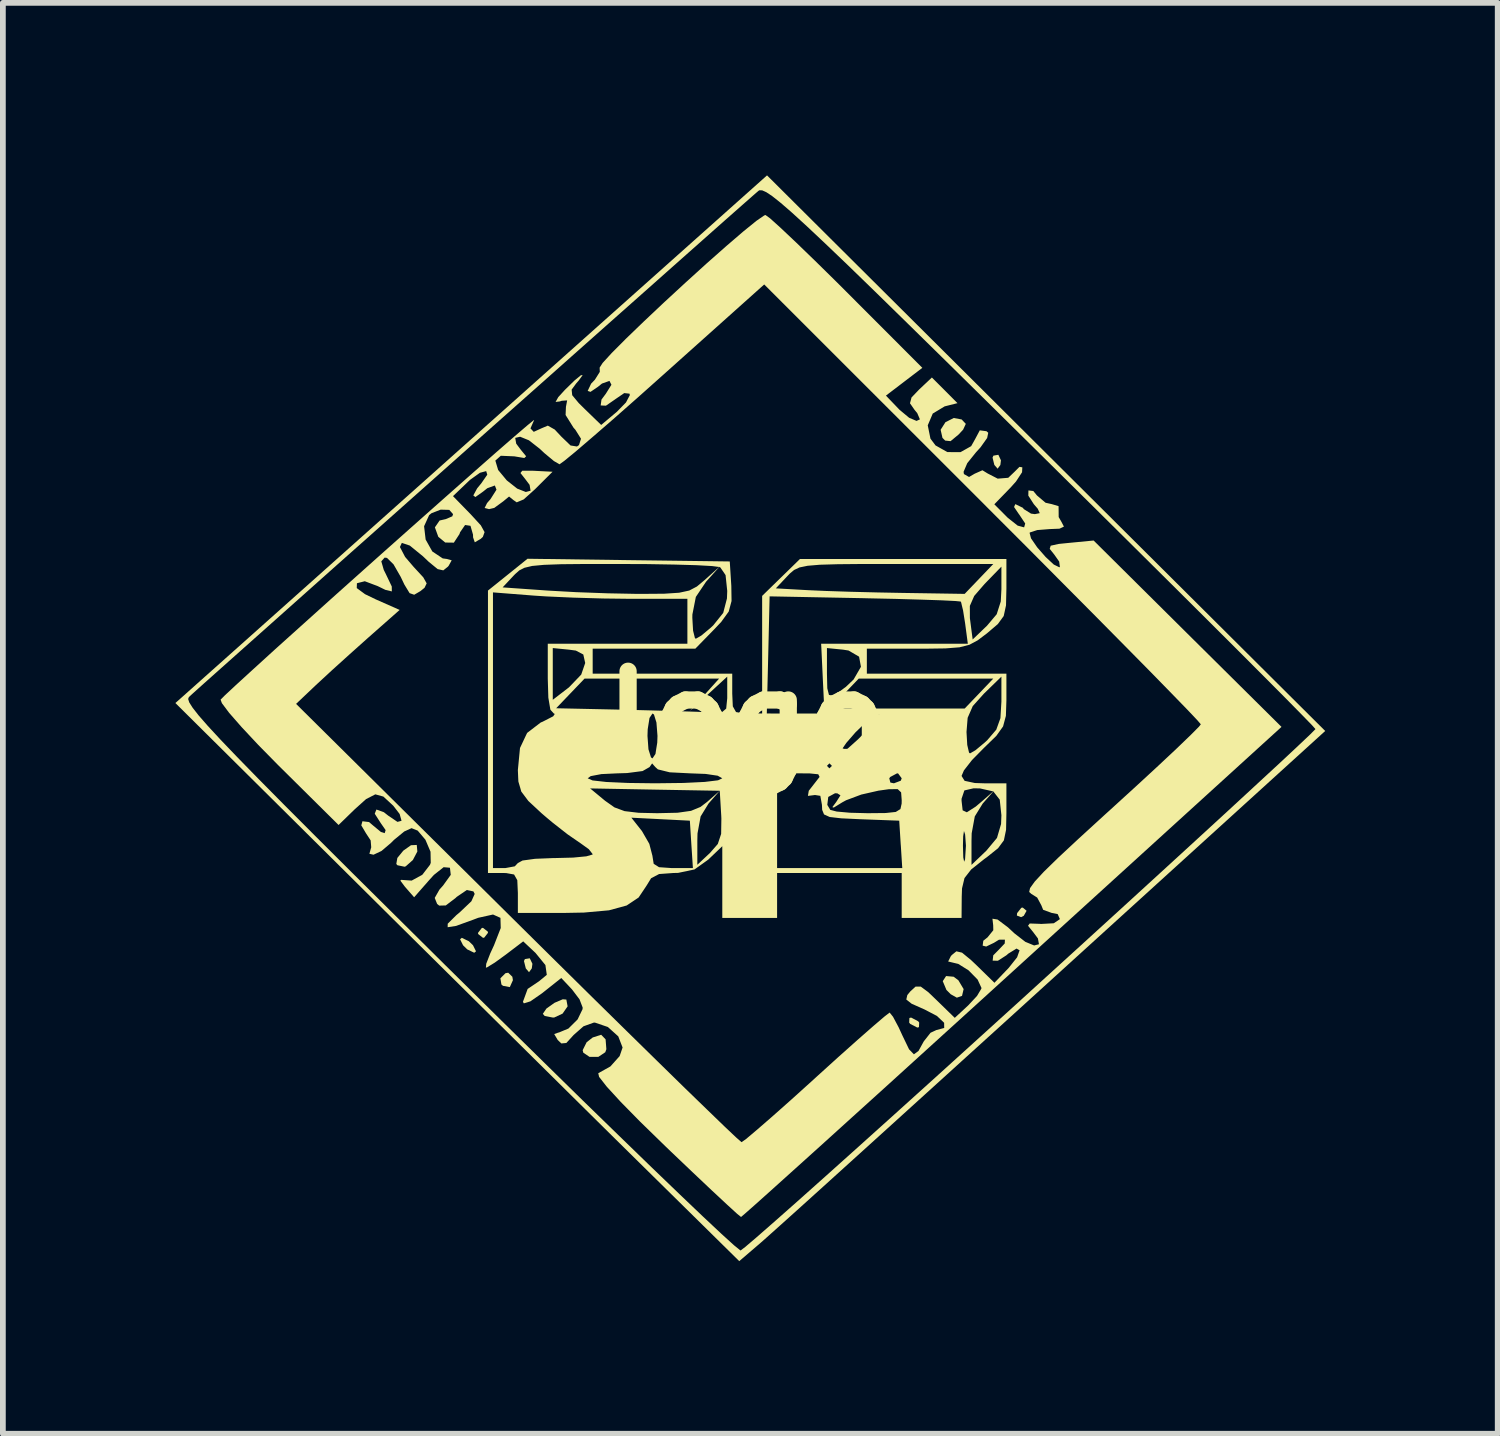
<source format=kicad_pcb>
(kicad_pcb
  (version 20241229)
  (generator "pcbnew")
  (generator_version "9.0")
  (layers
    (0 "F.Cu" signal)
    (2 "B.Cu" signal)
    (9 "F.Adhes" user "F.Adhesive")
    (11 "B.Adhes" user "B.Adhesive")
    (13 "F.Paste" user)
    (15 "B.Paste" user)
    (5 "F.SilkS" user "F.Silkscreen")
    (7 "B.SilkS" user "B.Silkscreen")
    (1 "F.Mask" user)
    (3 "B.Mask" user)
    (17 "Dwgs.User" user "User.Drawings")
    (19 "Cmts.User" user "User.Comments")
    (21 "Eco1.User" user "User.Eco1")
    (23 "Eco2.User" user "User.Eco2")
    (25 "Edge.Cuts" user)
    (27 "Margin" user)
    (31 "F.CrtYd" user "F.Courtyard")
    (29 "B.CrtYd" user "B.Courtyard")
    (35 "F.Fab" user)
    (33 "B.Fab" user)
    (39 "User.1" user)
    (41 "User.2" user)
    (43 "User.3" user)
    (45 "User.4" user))
  (footprint "logo"
    (layer "F.Cu")
    (at 9.944 9.445)
    (property "Reference" "logo" (at 0 0 0) (layer "F.SilkS") (effects (font (size 1.5 1.5) (thickness 0.3))))
    (attr board_only exclude_from_pos_files exclude_from_bom)
    (fp_poly (pts (xy -3.735 4.266) (xy -3.746 4.346) (xy -3.794 4.412) (xy -3.85 4.346) (xy -3.882 4.218) (xy -3.866 4.184) (xy -3.781 4.17)) (stroke (width 0) (type solid)) (fill yes) (layer "F.SilkS"))
    (fp_poly (pts (xy 4.413 -4.49) (xy 4.403 -4.409) (xy 4.355 -4.344) (xy 4.298 -4.41) (xy 4.267 -4.537) (xy 4.282 -4.571) (xy 4.368 -4.586)) (stroke (width 0) (type solid)) (fill yes) (layer "F.SilkS"))
    (fp_poly (pts (xy 4.859 3.344) (xy 4.81 3.431) (xy 4.764 3.455) (xy 4.69 3.427) (xy 4.694 3.385) (xy 4.767 3.292) (xy 4.792 3.288)) (stroke (width 0) (type solid)) (fill yes) (layer "F.SilkS"))
    (fp_poly (pts (xy -4.84 3.874) (xy -4.768 3.944) (xy -4.716 4.049) (xy -4.747 4.074) (xy -4.869 4.015) (xy -4.941 3.944) (xy -4.993 3.84) (xy -4.963 3.814)) (stroke (width 0) (type solid)) (fill yes) (layer "F.SilkS"))
    (fp_poly (pts (xy -4.51 3.707) (xy -4.508 3.728) (xy -4.574 3.812) (xy -4.595 3.814) (xy -4.679 3.748) (xy -4.681 3.728) (xy -4.615 3.643) (xy -4.595 3.641)) (stroke (width 0) (type solid)) (fill yes) (layer "F.SilkS"))
    (fp_poly (pts (xy -4.084 4.491) (xy -4.074 4.551) (xy -4.128 4.671) (xy -4.247 4.649) (xy -4.274 4.626) (xy -4.292 4.518) (xy -4.204 4.43) (xy -4.156 4.421)) (stroke (width 0) (type solid)) (fill yes) (layer "F.SilkS"))
    (fp_poly (pts (xy 2.973 5.265) (xy 2.991 5.288) (xy 2.987 5.368) (xy 2.958 5.375) (xy 2.835 5.311) (xy 2.817 5.288) (xy 2.821 5.208) (xy 2.851 5.201)) (stroke (width 0) (type solid)) (fill yes) (layer "F.SilkS"))
    (fp_poly (pts (xy 3.591 4.491) (xy 3.673 4.553) (xy 3.764 4.706) (xy 3.736 4.824) (xy 3.646 4.855) (xy 3.539 4.795) (xy 3.465 4.721) (xy 3.401 4.568) (xy 3.459 4.479)) (stroke (width 0) (type solid)) (fill yes) (layer "F.SilkS"))
    (fp_poly (pts (xy -3.145 4.888) (xy -3.123 5.006) (xy -3.21 5.132) (xy -3.356 5.2) (xy -3.378 5.201) (xy -3.521 5.174) (xy -3.554 5.136) (xy -3.491 5.044) (xy -3.35 4.944) (xy -3.207 4.883)) (stroke (width 0) (type solid)) (fill yes) (layer "F.SilkS"))
    (fp_poly (pts (xy 3.73 -5.2) (xy 3.802 -5.124) (xy 3.755 -5.023) (xy 3.677 -4.939) (xy 3.537 -4.823) (xy 3.443 -4.833) (xy 3.396 -4.88) (xy 3.364 -5.021) (xy 3.448 -5.153) (xy 3.593 -5.226)) (stroke (width 0) (type solid)) (fill yes) (layer "F.SilkS"))
    (fp_poly (pts (xy -5.746 2.201) (xy -5.736 2.313) (xy -5.814 2.461) (xy -5.937 2.57) (xy -5.958 2.578) (xy -6.083 2.552) (xy -6.102 2.53) (xy -6.084 2.425) (xy -5.98 2.298) (xy -5.847 2.204) (xy -5.747 2.199)) (stroke (width 0) (type solid)) (fill yes) (layer "F.SilkS"))
    (fp_poly (pts (xy -2.463 5.579) (xy -2.462 5.584) (xy -2.449 5.751) (xy -2.468 5.804) (xy -2.588 5.884) (xy -2.743 5.884) (xy -2.85 5.812) (xy -2.861 5.768) (xy -2.792 5.63) (xy -2.686 5.547) (xy -2.539 5.5)) (stroke (width 0) (type solid)) (fill yes) (layer "F.SilkS"))
    (fp_poly (pts (xy 5.198 -4.614) (xy 10.052 0.217) (xy 5.329 4.508) (xy 4.552 5.214) (xy 3.804 5.892) (xy 3.097 6.533) (xy 2.443 7.126) (xy 1.851 7.662) (xy 1.334 8.13) (xy 0.902 8.52) (xy 0.566 8.822) (xy 0.337 9.027) (xy 0.234 9.118) (xy -0.138 9.437) (xy -1.868 7.732) (xy -2.291 7.315) (xy -2.815 6.797) (xy -3.419 6.199) (xy -4.082 5.543) (xy -4.782 4.85) (xy -5.497 4.142) (xy -6.207 3.439) (xy -6.771 2.879) (xy -9.944 -0.269) (xy -9.865 -0.339) (xy -9.722 -0.339) (xy -9.703 -0.28) (xy -9.644 -0.187) (xy -9.54 -0.054) (xy -9.381 0.128) (xy -9.16 0.367) (xy -8.87 0.67) (xy -8.503 1.046) (xy -8.052 1.502) (xy -7.509 2.046) (xy -6.867 2.686) (xy -6.118 3.429) (xy -5.255 4.285) (xy -5.028 4.509) (xy -4.268 5.259) (xy -3.542 5.973) (xy -2.861 6.641) (xy -2.232 7.253) (xy -1.667 7.801) (xy -1.175 8.274) (xy -0.765 8.665) (xy -0.446 8.964) (xy -0.229 9.161) (xy -0.122 9.248) (xy -0.114 9.251) (xy -0.035 9.191) (xy 0.162 9.023) (xy 0.467 8.756) (xy 0.87 8.4) (xy 1.361 7.962) (xy 1.93 7.452) (xy 2.567 6.879) (xy 3.262 6.252) (xy 4.004 5.58) (xy 4.785 4.872) (xy 4.935 4.735) (xy 5.72 4.021) (xy 6.466 3.341) (xy 7.164 2.703) (xy 7.804 2.117) (xy 8.377 1.591) (xy 8.871 1.135) (xy 9.279 0.758) (xy 9.589 0.468) (xy 9.793 0.275) (xy 9.879 0.188) (xy 9.882 0.184) (xy 9.822 0.116) (xy 9.647 -0.064) (xy 9.368 -0.348) (xy 8.994 -0.724) (xy 8.534 -1.185) (xy 7.997 -1.721) (xy 7.394 -2.321) (xy 6.732 -2.978) (xy 6.023 -3.681) (xy 5.274 -4.422) (xy 5.112 -4.582) (xy 4.226 -5.457) (xy 3.455 -6.217) (xy 2.79 -6.87) (xy 2.224 -7.424) (xy 1.748 -7.886) (xy 1.354 -8.263) (xy 1.034 -8.564) (xy 0.78 -8.796) (xy 0.584 -8.966) (xy 0.437 -9.083) (xy 0.332 -9.153) (xy 0.26 -9.185) (xy 0.213 -9.186) (xy 0.196 -9.176) (xy 0.113 -9.104) (xy -0.087 -8.928) (xy -0.392 -8.659) (xy -0.789 -8.307) (xy -1.266 -7.884) (xy -1.811 -7.4) (xy -2.412 -6.867) (xy -3.055 -6.296) (xy -3.729 -5.697) (xy -4.422 -5.082) (xy -5.12 -4.461) (xy -5.812 -3.846) (xy -6.485 -3.247) (xy -7.128 -2.676) (xy -7.726 -2.143) (xy -8.269 -1.659) (xy -8.744 -1.236) (xy -9.138 -0.885) (xy -9.44 -0.616) (xy -9.636 -0.44) (xy -9.709 -0.373) (xy -9.722 -0.339) (xy -9.865 -0.339) (xy -4.8 -4.857) (xy 0.345 -9.445)) (stroke (width 0) (type solid)) (fill yes) (layer "F.SilkS"))
    (fp_poly (pts (xy -2.062 -2.754) (xy -0.303 -2.731) (xy -0.276 -2.306) (xy -0.272 -2.043) (xy -0.321 -1.86) (xy -0.452 -1.679) (xy -0.576 -1.548) (xy -0.902 -1.214) (xy -1.795 -1.214) (xy -2.687 -1.214) (xy -2.687 -0.997) (xy -2.687 -0.78) (xy -1.474 -0.78) (xy -0.26 -0.78) (xy -0.26 -0.433) (xy -0.25 -0.211) (xy -0.194 -0.112) (xy -0.056 -0.087) (xy 0 -0.087) (xy 0.26 -0.087) (xy 0.341 -0.087) (xy 0.842 -0.086) (xy 1.344 -0.086) (xy 1.34 -0.173) (xy 1.441 -0.173) (xy 2.612 -0.173) (xy 3.782 -0.173) (xy 4.031 -0.433) (xy 4.28 -0.694) (xy 3.11 -0.694) (xy 1.94 -0.694) (xy 1.69 -0.433) (xy 1.441 -0.173) (xy 1.34 -0.173) (xy 1.315 -0.693) (xy 1.29 -1.225) (xy 1.387 -1.225) (xy 1.387 -0.783) (xy 1.393 -0.526) (xy 1.422 -0.41) (xy 1.487 -0.398) (xy 1.54 -0.422) (xy 1.716 -0.55) (xy 1.851 -0.679) (xy 1.978 -0.899) (xy 1.946 -1.075) (xy 1.763 -1.182) (xy 1.668 -1.197) (xy 1.387 -1.225) (xy 1.29 -1.225) (xy 1.286 -1.3) (xy 2.562 -1.3) (xy 3.837 -1.3) (xy 3.79 -1.654) (xy 3.754 -1.881) (xy 3.735 -1.958) (xy 3.872 -1.958) (xy 3.873 -1.745) (xy 3.878 -1.706) (xy 3.921 -1.374) (xy 4.171 -1.614) (xy 4.339 -1.813) (xy 4.41 -2.035) (xy 4.421 -2.247) (xy 4.421 -2.641) (xy 4.128 -2.339) (xy 3.948 -2.131) (xy 3.872 -1.958) (xy 3.735 -1.958) (xy 3.721 -2.018) (xy 3.713 -2.034) (xy 3.622 -2.043) (xy 3.384 -2.055) (xy 3.027 -2.067) (xy 2.579 -2.08) (xy 2.067 -2.091) (xy 2.037 -2.092) (xy 0.39 -2.124) (xy 0.366 -1.105) (xy 0.341 -0.087) (xy 0.26 -0.087) (xy 0.26 -1.109) (xy 0.26 -2.132) (xy 0.394 -2.263) (xy 0.498 -2.263) (xy 1.051 -2.232) (xy 1.363 -2.218) (xy 1.789 -2.204) (xy 2.271 -2.192) (xy 2.693 -2.184) (xy 3.782 -2.167) (xy 4.031 -2.427) (xy 4.28 -2.687) (xy 2.589 -2.687) (xy 2.008 -2.687) (xy 1.575 -2.683) (xy 1.264 -2.674) (xy 1.051 -2.656) (xy 0.91 -2.627) (xy 0.816 -2.583) (xy 0.743 -2.522) (xy 0.698 -2.475) (xy 0.498 -2.263) (xy 0.394 -2.263) (xy 0.589 -2.453) (xy 0.918 -2.774) (xy 2.713 -2.774) (xy 4.508 -2.774) (xy 4.508 -2.261) (xy 4.501 -1.967) (xy 4.461 -1.782) (xy 4.359 -1.642) (xy 4.17 -1.481) (xy 4.008 -1.359) (xy 3.864 -1.282) (xy 3.692 -1.238) (xy 3.449 -1.219) (xy 3.09 -1.214) (xy 2.957 -1.214) (xy 2.081 -1.214) (xy 2.081 -0.997) (xy 2.081 -0.78) (xy 3.294 -0.78) (xy 4.508 -0.78) (xy 4.508 -0.314) (xy 4.499 -0.046) (xy 4.45 0.138) (xy 4.332 0.303) (xy 4.118 0.511) (xy 3.91 0.722) (xy 3.769 0.903) (xy 3.728 0.999) (xy 3.781 1.084) (xy 3.959 1.122) (xy 4.118 1.127) (xy 4.508 1.127) (xy 4.508 1.644) (xy 4.502 1.936) (xy 4.464 2.119) (xy 4.363 2.256) (xy 4.168 2.412) (xy 4.121 2.446) (xy 3.895 2.626) (xy 3.779 2.775) (xy 3.736 2.955) (xy 3.731 3.099) (xy 3.728 3.468) (xy 3.208 3.468) (xy 2.687 3.468) (xy 2.687 3.077) (xy 2.687 2.687) (xy 1.604 2.687) (xy 0.52 2.687) (xy 0.52 3.077) (xy 0.52 3.468) (xy 0.043 3.468) (xy -0.433 3.468) (xy -0.433 2.845) (xy -0.433 2.221) (xy -0.677 2.454) (xy -0.916 2.625) (xy -1.201 2.685) (xy -1.285 2.687) (xy -1.532 2.705) (xy -1.671 2.778) (xy -1.753 2.911) (xy -1.888 3.113) (xy -2.096 3.252) (xy -2.404 3.336) (xy -2.84 3.375) (xy -3.16 3.381) (xy -3.988 3.381) (xy -3.988 3.034) (xy -3.998 2.812) (xy -4.054 2.713) (xy -4.192 2.688) (xy -4.248 2.687) (xy -4.508 2.687) (xy -4.508 0.231) (xy -4.508 -2.193) (xy -4.421 -2.193) (xy -4.421 0.204) (xy -4.421 2.601) (xy -4.204 2.601) (xy -4.042 2.571) (xy -3.988 2.514) (xy -3.907 2.47) (xy -3.689 2.44) (xy -3.368 2.427) (xy -3.338 2.427) (xy -3.027 2.419) (xy -2.797 2.397) (xy -2.69 2.366) (xy -2.687 2.359) (xy -2.754 2.273) (xy -2.917 2.156) (xy -2.927 2.15) (xy -3.124 2.014) (xy -3.382 1.812) (xy -3.486 1.725) (xy -2.014 1.725) (xy -1.83 1.958) (xy -1.702 2.18) (xy -1.647 2.392) (xy -1.647 2.396) (xy -1.626 2.527) (xy -1.533 2.586) (xy -1.318 2.601) (xy -1.296 2.601) (xy -0.944 2.601) (xy -0.971 2.189) (xy -0.997 1.777) (xy -1.505 1.751) (xy -2.014 1.725) (xy -3.486 1.725) (xy -3.577 1.647) (xy -3.806 1.434) (xy -3.929 1.27) (xy -3.944 1.216) (xy -2.731 1.216) (xy -2.471 1.431) (xy -2.308 1.546) (xy -2.132 1.611) (xy -1.887 1.64) (xy -1.566 1.647) (xy -1.211 1.639) (xy -0.977 1.606) (xy -0.812 1.538) (xy -0.699 1.452) (xy -0.477 1.257) (xy -0.672 1.479) (xy -0.81 1.704) (xy -0.864 1.999) (xy -0.867 2.123) (xy -0.867 2.544) (xy -0.646 2.337) (xy -0.511 2.182) (xy -0.453 2.007) (xy -0.449 1.742) (xy -0.451 1.693) (xy -0.477 1.257) (xy -1.604 1.237) (xy -2.731 1.216) (xy -3.944 1.216) (xy -3.979 1.097) (xy -3.982 1.04) (xy -2.774 1.04) (xy -2.69 1.077) (xy -2.45 1.104) (xy -2.071 1.121) (xy -1.604 1.127) (xy -1.109 1.121) (xy -0.738 1.103) (xy -0.507 1.075) (xy -0.433 1.04) (xy -0.513 0.995) (xy -0.723 0.964) (xy -0.99 0.954) (xy 0.52 0.954) (xy 0.52 1.777) (xy 0.52 2.601) (xy 1.609 2.601) (xy 2.697 2.601) (xy 2.693 2.546) (xy 3.901 2.546) (xy 4.161 2.297) (xy 4.344 2.077) (xy 4.415 1.835) (xy 4.421 1.683) (xy 4.392 1.412) (xy 4.281 1.269) (xy 4.096 1.479) (xy 3.958 1.703) (xy 3.904 1.997) (xy 3.901 2.124) (xy 3.901 2.546) (xy 2.693 2.546) (xy 2.672 2.211) (xy 3.752 2.211) (xy 3.758 2.416) (xy 3.773 2.491) (xy 3.789 2.45) (xy 3.804 2.212) (xy 3.79 2.017) (xy 3.77 1.957) (xy 3.756 2.05) (xy 3.752 2.211) (xy 2.672 2.211) (xy 2.67 2.189) (xy 2.644 1.777) (xy 1.972 1.752) (xy 1.635 1.736) (xy 1.435 1.713) (xy 1.336 1.668) (xy 1.304 1.589) (xy 1.3 1.504) (xy 1.3 1.502) (xy 1.393 1.502) (xy 1.445 1.589) (xy 1.555 1.618) (xy 1.788 1.639) (xy 2.094 1.647) (xy 2.095 1.647) (xy 2.407 1.644) (xy 2.584 1.625) (xy 2.665 1.575) (xy 2.686 1.48) (xy 2.687 1.43) (xy 3.728 1.43) (xy 3.747 1.597) (xy 3.82 1.631) (xy 3.973 1.533) (xy 4.069 1.452) (xy 4.279 1.268) (xy 4.28 1.268) (xy 4.281 1.269) (xy 4.291 1.257) (xy 4.279 1.268) (xy 4.049 1.216) (xy 3.937 1.214) (xy 3.777 1.251) (xy 3.728 1.396) (xy 3.728 1.43) (xy 2.687 1.43) (xy 2.687 1.421) (xy 2.677 1.285) (xy 2.617 1.228) (xy 2.462 1.23) (xy 2.283 1.255) (xy 1.984 1.323) (xy 1.72 1.422) (xy 1.654 1.458) (xy 1.506 1.549) (xy 1.481 1.542) (xy 1.549 1.451) (xy 1.622 1.336) (xy 1.568 1.302) (xy 1.528 1.3) (xy 1.41 1.364) (xy 1.393 1.502) (xy 1.3 1.502) (xy 1.272 1.345) (xy 1.176 1.33) (xy 1.17 1.332) (xy 1.056 1.346) (xy 1.071 1.257) (xy 1.184 1.112) (xy 1.24 1.04) (xy 2.471 1.04) (xy 2.49 1.114) (xy 2.552 1.127) (xy 2.671 1.082) (xy 2.687 1.04) (xy 2.625 0.956) (xy 2.606 0.954) (xy 2.488 1.017) (xy 2.471 1.04) (xy 1.24 1.04) (xy 1.259 1.016) (xy 1.236 0.97) (xy 1.086 0.955) (xy 0.924 0.954) (xy 0.52 0.954) (xy -0.99 0.954) (xy -1.347 0.936) (xy -1.553 0.885) (xy -1.597 0.845) (xy -1.616 0.824) (xy 1.387 0.824) (xy 1.43 0.867) (xy 1.474 0.824) (xy 1.43 0.78) (xy 1.387 0.824) (xy -1.616 0.824) (xy -1.653 0.781) (xy -1.698 0.845) (xy -1.819 0.914) (xy -2.089 0.949) (xy -2.261 0.954) (xy -2.535 0.967) (xy -2.721 1.002) (xy -2.774 1.04) (xy -3.982 1.04) (xy -3.988 0.897) (xy -3.951 0.513) (xy -3.852 0.303) (xy -1.734 0.303) (xy -1.717 0.536) (xy -1.673 0.676) (xy -1.647 0.694) (xy -1.595 0.616) (xy -1.587 0.563) (xy 1.629 0.563) (xy 1.638 0.598) (xy 1.745 0.526) (xy 1.929 0.361) (xy 1.938 0.352) (xy 2.054 0.234) (xy 3.814 0.234) (xy 3.827 0.46) (xy 3.858 0.593) (xy 3.875 0.607) (xy 3.97 0.552) (xy 4.132 0.417) (xy 4.178 0.374) (xy 4.332 0.194) (xy 4.404 -0.006) (xy 4.421 -0.293) (xy 4.421 -0.728) (xy 4.118 -0.433) (xy 3.923 -0.216) (xy 3.834 -0.012) (xy 3.814 0.234) (xy 2.054 0.234) (xy 2.137 0.149) (xy 2.265 -0.006) (xy 2.295 -0.075) (xy 2.212 -0.05) (xy 2.061 0.069) (xy 1.884 0.24) (xy 1.724 0.424) (xy 1.629 0.563) (xy -1.587 0.563) (xy -1.564 0.42) (xy -1.56 0.303) (xy -1.578 0.071) (xy -1.621 -0.069) (xy -1.647 -0.087) (xy -1.699 -0.009) (xy -1.73 0.187) (xy -1.734 0.303) (xy -3.852 0.303) (xy -3.827 0.251) (xy -3.594 0.072) (xy -3.526 0.04) (xy -3.374 -0.038) (xy -3.345 -0.081) (xy -3.359 -0.083) (xy -3.422 -0.152) (xy -3.427 -0.178) (xy -3.322 -0.178) (xy -2.116 -0.152) (xy -1.65 -0.14) (xy -1.224 -0.128) (xy -0.879 -0.117) (xy -0.657 -0.107) (xy -0.628 -0.106) (xy -0.443 -0.106) (xy -0.365 -0.172) (xy -0.347 -0.353) (xy -0.347 -0.407) (xy -0.347 -0.728) (xy -0.672 -0.429) (xy -0.997 -0.13) (xy -0.742 -0.412) (xy -0.488 -0.694) (xy -1.658 -0.694) (xy -2.828 -0.694) (xy -3.075 -0.436) (xy -3.322 -0.178) (xy -3.427 -0.178) (xy -3.458 -0.362) (xy -3.468 -0.694) (xy -3.468 -1.225) (xy -3.381 -1.225) (xy -3.381 -0.775) (xy -3.381 -0.325) (xy -3.099 -0.542) (xy -2.886 -0.764) (xy -2.817 -0.965) (xy -2.85 -1.113) (xy -2.98 -1.181) (xy -3.099 -1.197) (xy -3.381 -1.225) (xy -3.468 -1.225) (xy -3.468 -1.3) (xy -2.254 -1.3) (xy -1.04 -1.3) (xy -1.04 -1.69) (xy -1.04 -1.751) (xy -0.954 -1.751) (xy -0.941 -1.527) (xy -0.909 -1.399) (xy -0.893 -1.387) (xy -0.798 -1.442) (xy -0.636 -1.577) (xy -0.59 -1.62) (xy -0.417 -1.836) (xy -0.352 -2.087) (xy -0.347 -2.218) (xy -0.376 -2.494) (xy -0.467 -2.627) (xy -0.484 -2.635) (xy -0.485 -2.635) (xy -0.715 -2.379) (xy -0.893 -2.114) (xy -0.953 -1.809) (xy -0.954 -1.751) (xy -1.04 -1.751) (xy -1.04 -2.081) (xy -2.016 -2.081) (xy -2.507 -2.087) (xy -3.025 -2.102) (xy -3.493 -2.123) (xy -3.706 -2.137) (xy -4.421 -2.193) (xy -4.508 -2.193) (xy -4.508 -2.225) (xy -4.439 -2.28) (xy -4.253 -2.28) (xy -3.457 -2.224) (xy -2.975 -2.197) (xy -2.426 -2.177) (xy -1.914 -2.167) (xy -1.834 -2.167) (xy -1.444 -2.17) (xy -1.183 -2.187) (xy -1.008 -2.225) (xy -0.875 -2.295) (xy -0.742 -2.406) (xy -0.487 -2.635) (xy -0.485 -2.635) (xy -0.477 -2.644) (xy -0.487 -2.635) (xy -0.611 -2.651) (xy -0.882 -2.666) (xy -1.266 -2.677) (xy -1.734 -2.685) (xy -2.246 -2.687) (xy -2.815 -2.687) (xy -3.236 -2.683) (xy -3.535 -2.672) (xy -3.739 -2.653) (xy -3.874 -2.621) (xy -3.964 -2.575) (xy -4.037 -2.51) (xy -4.062 -2.484) (xy -4.253 -2.28) (xy -4.439 -2.28) (xy -4.164 -2.501) (xy -3.82 -2.778)) (stroke (width 0) (type solid)) (fill yes) (layer "F.SilkS"))
    (fp_poly (pts (xy 0.399 -8.697) (xy 0.582 -8.532) (xy 0.849 -8.28) (xy 1.182 -7.958) (xy 1.562 -7.584) (xy 1.719 -7.427) (xy 3.046 -6.098) (xy 2.73 -5.857) (xy 2.413 -5.615) (xy 2.65 -5.368) (xy 2.816 -5.23) (xy 2.945 -5.175) (xy 3.004 -5.202) (xy 2.957 -5.311) (xy 2.91 -5.368) (xy 2.831 -5.482) (xy 2.858 -5.583) (xy 2.993 -5.724) (xy 3.212 -5.93) (xy 3.435 -5.707) (xy 3.657 -5.484) (xy 3.434 -5.428) (xy 3.227 -5.303) (xy 3.14 -5.098) (xy 3.187 -4.867) (xy 3.275 -4.749) (xy 3.482 -4.633) (xy 3.71 -4.632) (xy 3.895 -4.736) (xy 3.964 -4.859) (xy 4.045 -5.011) (xy 4.161 -4.996) (xy 4.192 -4.969) (xy 4.173 -4.878) (xy 4.058 -4.716) (xy 3.979 -4.629) (xy 3.827 -4.44) (xy 3.763 -4.29) (xy 3.769 -4.251) (xy 3.858 -4.2) (xy 3.956 -4.257) (xy 4.091 -4.317) (xy 4.182 -4.261) (xy 4.357 -4.171) (xy 4.54 -4.186) (xy 4.65 -4.291) (xy 4.735 -4.376) (xy 4.785 -4.368) (xy 4.78 -4.282) (xy 4.675 -4.122) (xy 4.584 -4.02) (xy 4.298 -3.725) (xy 4.53 -3.492) (xy 4.704 -3.354) (xy 4.816 -3.324) (xy 4.835 -3.391) (xy 4.731 -3.547) (xy 4.725 -3.554) (xy 4.641 -3.678) (xy 4.663 -3.728) (xy 4.794 -3.664) (xy 4.811 -3.641) (xy 4.936 -3.563) (xy 5.003 -3.554) (xy 5.088 -3.571) (xy 5.053 -3.648) (xy 4.984 -3.728) (xy 4.889 -3.876) (xy 4.891 -3.966) (xy 4.976 -3.956) (xy 5.039 -3.879) (xy 5.189 -3.752) (xy 5.297 -3.728) (xy 5.415 -3.693) (xy 5.416 -3.637) (xy 5.417 -3.503) (xy 5.465 -3.42) (xy 5.508 -3.337) (xy 5.432 -3.301) (xy 5.26 -3.294) (xy 5.045 -3.277) (xy 4.918 -3.236) (xy 4.911 -3.228) (xy 4.936 -3.133) (xy 5.043 -2.977) (xy 5.19 -2.809) (xy 5.332 -2.677) (xy 5.428 -2.63) (xy 5.438 -2.635) (xy 5.426 -2.729) (xy 5.34 -2.851) (xy 5.261 -2.95) (xy 5.278 -3.005) (xy 5.419 -3.036) (xy 5.608 -3.055) (xy 6.025 -3.095) (xy 7.658 -1.474) (xy 9.292 0.146) (xy 4.608 4.408) (xy 3.845 5.102) (xy 3.12 5.76) (xy 2.443 6.375) (xy 1.823 6.936) (xy 1.272 7.435) (xy 0.799 7.861) (xy 0.415 8.207) (xy 0.129 8.463) (xy -0.049 8.62) (xy -0.107 8.669) (xy -0.177 8.612) (xy -0.352 8.452) (xy -0.614 8.208) (xy -0.944 7.896) (xy -1.322 7.536) (xy -1.425 7.437) (xy -1.857 7.016) (xy -2.199 6.668) (xy -2.442 6.403) (xy -2.575 6.233) (xy -2.59 6.169) (xy -2.379 6.051) (xy -2.218 5.871) (xy -2.167 5.722) (xy -2.242 5.528) (xy -2.423 5.365) (xy -2.646 5.289) (xy -2.666 5.288) (xy -2.847 5.353) (xy -3.018 5.504) (xy -3.145 5.643) (xy -3.232 5.651) (xy -3.295 5.591) (xy -3.356 5.488) (xy -3.281 5.461) (xy -3.275 5.461) (xy -3.109 5.392) (xy -2.949 5.233) (xy -2.863 5.055) (xy -2.861 5.027) (xy -2.916 4.884) (xy -3.047 4.711) (xy -3.233 4.513) (xy -3.567 4.778) (xy -3.77 4.919) (xy -3.884 4.954) (xy -3.9 4.927) (xy -3.818 4.703) (xy -3.619 4.569) (xy -3.485 4.458) (xy -3.509 4.288) (xy -3.681 4.077) (xy -3.895 3.876) (xy -4.196 4.105) (xy -4.389 4.245) (xy -4.521 4.326) (xy -4.544 4.334) (xy -4.538 4.265) (xy -4.469 4.087) (xy -4.403 3.944) (xy -4.286 3.644) (xy -4.291 3.467) (xy -4.42 3.409) (xy -4.677 3.466) (xy -4.764 3.499) (xy -5.062 3.607) (xy -5.209 3.63) (xy -5.208 3.569) (xy -5.059 3.421) (xy -4.998 3.37) (xy -4.796 3.178) (xy -4.739 3.051) (xy -4.761 3.007) (xy -4.876 2.983) (xy -5.051 3.102) (xy -5.071 3.121) (xy -5.241 3.251) (xy -5.356 3.254) (xy -5.392 3.225) (xy -5.434 3.12) (xy -5.352 2.976) (xy -5.288 2.904) (xy -5.155 2.719) (xy -5.169 2.599) (xy -5.172 2.595) (xy -5.279 2.586) (xy -5.449 2.721) (xy -5.527 2.807) (xy -5.792 3.109) (xy -5.952 2.926) (xy -6.033 2.818) (xy -6.009 2.804) (xy -6.005 2.807) (xy -5.835 2.819) (xy -5.65 2.718) (xy -5.516 2.544) (xy -5.503 2.51) (xy -5.507 2.317) (xy -5.596 2.108) (xy -5.73 1.95) (xy -5.837 1.907) (xy -5.964 1.965) (xy -6.142 2.111) (xy -6.195 2.164) (xy -6.36 2.304) (xy -6.498 2.369) (xy -6.57 2.353) (xy -6.54 2.245) (xy -6.538 2.242) (xy -6.548 2.12) (xy -6.629 1.997) (xy -6.711 1.858) (xy -6.691 1.787) (xy -6.576 1.801) (xy -6.501 1.865) (xy -6.369 1.974) (xy -6.304 1.994) (xy -6.288 1.941) (xy -6.372 1.82) (xy -6.477 1.656) (xy -6.448 1.583) (xy -6.318 1.63) (xy -6.242 1.69) (xy -6.082 1.798) (xy -6.011 1.779) (xy -6.044 1.661) (xy -6.155 1.517) (xy -6.327 1.358) (xy -6.467 1.319) (xy -6.628 1.402) (xy -6.822 1.576) (xy -7.106 1.852) (xy -8.16 0.808) (xy -8.502 0.46) (xy -8.791 0.151) (xy -9.009 -0.098) (xy -9.126 -0.254) (xy -7.845 -0.254) (xy -3.999 3.557) (xy -3.322 4.227) (xy -2.681 4.86) (xy -2.087 5.444) (xy -1.55 5.971) (xy -1.082 6.429) (xy -0.692 6.807) (xy -0.392 7.097) (xy -0.191 7.287) (xy -0.101 7.366) (xy -0.098 7.368) (xy -0.02 7.313) (xy 0.165 7.157) (xy 0.437 6.921) (xy 0.775 6.621) (xy 1.158 6.275) (xy 1.195 6.241) (xy 1.58 5.892) (xy 1.922 5.587) (xy 2.199 5.344) (xy 2.39 5.181) (xy 2.476 5.115) (xy 2.478 5.115) (xy 2.536 5.187) (xy 2.634 5.371) (xy 2.699 5.512) (xy 2.815 5.753) (xy 2.899 5.84) (xy 2.979 5.782) (xy 3.071 5.615) (xy 3.189 5.465) (xy 3.29 5.418) (xy 3.426 5.382) (xy 3.425 5.292) (xy 3.3 5.173) (xy 3.086 5.061) (xy 2.859 4.96) (xy 2.767 4.887) (xy 2.785 4.809) (xy 2.838 4.745) (xy 2.929 4.662) (xy 3.018 4.662) (xy 3.149 4.759) (xy 3.294 4.898) (xy 3.61 5.206) (xy 3.842 4.991) (xy 3.996 4.826) (xy 4.072 4.699) (xy 4.074 4.685) (xy 4.007 4.54) (xy 3.85 4.38) (xy 3.671 4.268) (xy 3.587 4.248) (xy 3.495 4.226) (xy 3.541 4.134) (xy 3.558 4.114) (xy 3.638 4.049) (xy 3.736 4.072) (xy 3.892 4.2) (xy 3.985 4.288) (xy 4.3 4.596) (xy 4.549 4.336) (xy 4.694 4.153) (xy 4.737 4.031) (xy 4.684 4.001) (xy 4.541 4.089) (xy 4.508 4.118) (xy 4.36 4.213) (xy 4.269 4.211) (xy 4.279 4.119) (xy 4.372 4.025) (xy 4.479 3.912) (xy 4.482 3.846) (xy 4.379 3.847) (xy 4.291 3.901) (xy 4.156 3.966) (xy 4.095 3.95) (xy 4.106 3.865) (xy 4.18 3.806) (xy 4.28 3.682) (xy 4.278 3.595) (xy 4.265 3.482) (xy 4.354 3.496) (xy 4.535 3.632) (xy 4.648 3.737) (xy 4.837 3.884) (xy 4.99 3.947) (xy 5.074 3.926) (xy 5.056 3.825) (xy 4.975 3.717) (xy 4.884 3.604) (xy 4.913 3.565) (xy 5.087 3.571) (xy 5.111 3.573) (xy 5.332 3.561) (xy 5.438 3.489) (xy 5.4 3.402) (xy 5.295 3.381) (xy 5.147 3.327) (xy 5.115 3.248) (xy 5.043 3.114) (xy 4.942 3.051) (xy 4.904 3.017) (xy 4.919 2.95) (xy 5 2.837) (xy 5.159 2.665) (xy 5.409 2.421) (xy 5.763 2.091) (xy 6.232 1.662) (xy 6.329 1.574) (xy 6.762 1.179) (xy 7.149 0.822) (xy 7.472 0.519) (xy 7.714 0.286) (xy 7.857 0.142) (xy 7.889 0.101) (xy 7.829 0.031) (xy 7.657 -0.151) (xy 7.383 -0.433) (xy 7.018 -0.807) (xy 6.571 -1.26) (xy 6.054 -1.783) (xy 5.477 -2.364) (xy 4.851 -2.994) (xy 4.185 -3.66) (xy 4.093 -3.753) (xy 0.296 -7.548) (xy -1.451 -5.985) (xy -1.914 -5.572) (xy -2.336 -5.2) (xy -2.7 -4.885) (xy -2.987 -4.639) (xy -3.181 -4.48) (xy -3.263 -4.421) (xy -3.264 -4.421) (xy -3.361 -4.477) (xy -3.528 -4.616) (xy -3.608 -4.691) (xy -3.796 -4.838) (xy -3.949 -4.9) (xy -4.034 -4.88) (xy -4.017 -4.78) (xy -3.936 -4.672) (xy -3.844 -4.56) (xy -3.876 -4.53) (xy -4.05 -4.559) (xy -4.285 -4.569) (xy -4.38 -4.485) (xy -4.331 -4.322) (xy -4.181 -4.141) (xy -4 -3.998) (xy -3.85 -3.939) (xy -3.767 -3.961) (xy -3.784 -4.063) (xy -3.86 -4.164) (xy -3.943 -4.269) (xy -3.911 -4.309) (xy -3.737 -4.309) (xy -3.695 -4.307) (xy -3.385 -4.291) (xy -3.689 -3.988) (xy -3.887 -3.81) (xy -4.008 -3.759) (xy -4.063 -3.797) (xy -4.141 -3.86) (xy -4.244 -3.775) (xy -4.399 -3.662) (xy -4.489 -3.641) (xy -4.566 -3.661) (xy -4.524 -3.746) (xy -4.464 -3.815) (xy -4.36 -3.979) (xy -4.388 -4.052) (xy -4.519 -4.005) (xy -4.594 -3.945) (xy -4.727 -3.851) (xy -4.763 -3.879) (xy -4.697 -4.001) (xy -4.624 -4.09) (xy -4.52 -4.24) (xy -4.539 -4.302) (xy -4.648 -4.273) (xy -4.82 -4.15) (xy -4.856 -4.116) (xy -5.116 -3.867) (xy -4.808 -3.551) (xy -4.632 -3.359) (xy -4.567 -3.241) (xy -4.597 -3.158) (xy -4.634 -3.124) (xy -4.737 -3.064) (xy -4.767 -3.15) (xy -4.768 -3.197) (xy -4.812 -3.351) (xy -4.906 -3.365) (xy -4.994 -3.237) (xy -5.003 -3.208) (xy -5.101 -3.058) (xy -5.251 -3.06) (xy -5.372 -3.16) (xy -5.431 -3.324) (xy -5.349 -3.443) (xy -5.24 -3.468) (xy -5.128 -3.516) (xy -5.115 -3.554) (xy -5.181 -3.628) (xy -5.331 -3.632) (xy -5.49 -3.57) (xy -5.531 -3.537) (xy -5.619 -3.343) (xy -5.592 -3.112) (xy -5.476 -2.905) (xy -5.295 -2.784) (xy -5.221 -2.774) (xy -5.139 -2.751) (xy -5.191 -2.657) (xy -5.205 -2.64) (xy -5.285 -2.576) (xy -5.383 -2.598) (xy -5.538 -2.725) (xy -5.639 -2.821) (xy -5.867 -3.007) (xy -6.006 -3.054) (xy -6.039 -2.982) (xy -5.949 -2.81) (xy -5.801 -2.637) (xy -5.633 -2.455) (xy -5.574 -2.35) (xy -5.611 -2.273) (xy -5.683 -2.215) (xy -5.791 -2.152) (xy -5.871 -2.18) (xy -5.961 -2.328) (xy -6.025 -2.462) (xy -6.15 -2.68) (xy -6.264 -2.793) (xy -6.305 -2.798) (xy -6.363 -2.733) (xy -6.32 -2.584) (xy -6.284 -2.512) (xy -6.181 -2.296) (xy -6.18 -2.21) (xy -6.292 -2.237) (xy -6.425 -2.302) (xy -6.65 -2.387) (xy -6.784 -2.353) (xy -6.787 -2.35) (xy -6.79 -2.268) (xy -6.646 -2.162) (xy -6.462 -2.073) (xy -6.044 -1.888) (xy -6.598 -1.399) (xy -6.909 -1.121) (xy -7.221 -0.839) (xy -7.472 -0.607) (xy -7.499 -0.582) (xy -7.845 -0.254) (xy -9.126 -0.254) (xy -9.135 -0.266) (xy -9.158 -0.328) (xy -9.083 -0.403) (xy -8.892 -0.581) (xy -8.599 -0.849) (xy -8.218 -1.196) (xy -7.761 -1.607) (xy -7.243 -2.073) (xy -6.678 -2.578) (xy -6.35 -2.871) (xy -5.772 -3.385) (xy -5.241 -3.856) (xy -4.768 -4.274) (xy -4.367 -4.627) (xy -4.049 -4.904) (xy -3.827 -5.094) (xy -3.715 -5.186) (xy -3.705 -5.19) (xy -3.769 -5.045) (xy -3.712 -4.985) (xy -3.574 -5.048) (xy -3.467 -5.093) (xy -3.347 -5.025) (xy -3.235 -4.905) (xy -3.072 -4.748) (xy -2.96 -4.73) (xy -2.925 -4.755) (xy -2.89 -4.865) (xy -2.988 -5.021) (xy -3.02 -5.057) (xy -3.158 -5.278) (xy -3.152 -5.42) (xy -3.131 -5.532) (xy -3.227 -5.525) (xy -3.257 -5.514) (xy -3.332 -5.505) (xy -3.286 -5.588) (xy -3.169 -5.716) (xy -3.002 -5.879) (xy -2.892 -5.969) (xy -2.861 -5.972) (xy -2.93 -5.877) (xy -2.976 -5.824) (xy -3.053 -5.719) (xy -3.043 -5.622) (xy -2.929 -5.485) (xy -2.829 -5.386) (xy -2.539 -5.105) (xy -2.266 -5.334) (xy -2.108 -5.496) (xy -2.041 -5.623) (xy -2.046 -5.649) (xy -2.138 -5.659) (xy -2.29 -5.555) (xy -2.291 -5.554) (xy -2.456 -5.44) (xy -2.548 -5.444) (xy -2.534 -5.546) (xy -2.457 -5.65) (xy -2.361 -5.804) (xy -2.395 -5.871) (xy -2.525 -5.825) (xy -2.6 -5.765) (xy -2.725 -5.68) (xy -2.774 -5.697) (xy -2.714 -5.823) (xy -2.649 -5.891) (xy -2.563 -6.028) (xy -2.566 -6.102) (xy -2.514 -6.183) (xy -2.355 -6.357) (xy -2.109 -6.604) (xy -1.799 -6.903) (xy -1.447 -7.235) (xy -1.075 -7.578) (xy -0.707 -7.912) (xy -0.363 -8.216) (xy -0.066 -8.471) (xy 0.161 -8.655) (xy 0.296 -8.748) (xy 0.318 -8.756)) (stroke (width 0) (type solid)) (fill yes) (layer "F.SilkS")))
  (gr_rect
    (start -3 -3)
    (end 22.996 21.883)
    (stroke (width 0.1) (type default))
    (fill no)
    (layer "Edge.Cuts")))
</source>
